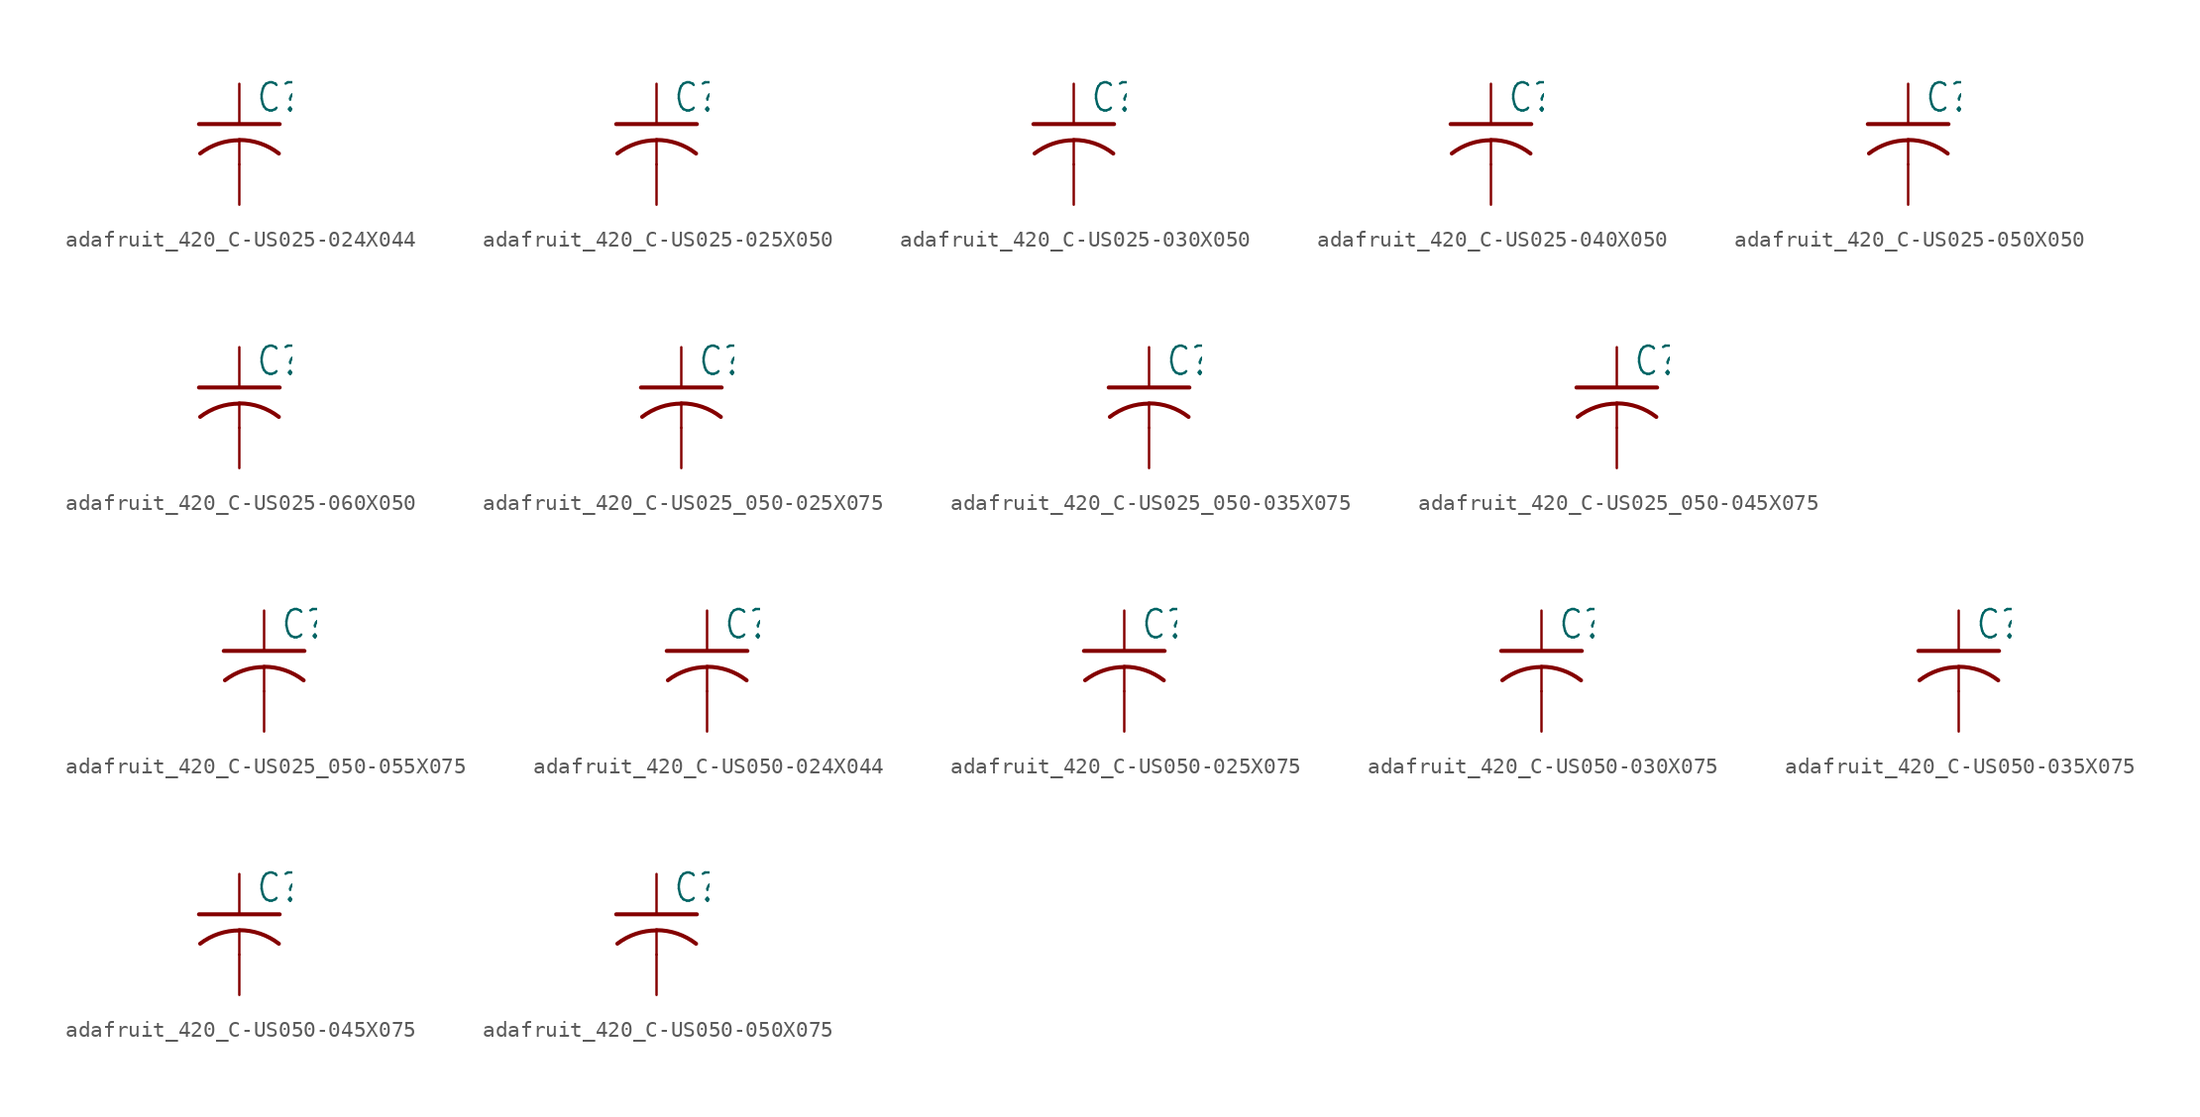
<source format=kicad_sym>
(kicad_symbol_lib
  (version 20241209)
  (generator "kicad_symbol_editor")
  (generator_version "9.0")
  (symbol "adafruit_420_C-US025-024X044"
    (property "Reference" "C"
      (at 1.016 0.635 0)
      (effects (font (size 1.778 1.511)) (justify left bottom)))
    (property "Value" ""
      (at 1.016 -4.191 0)
      (effects (font (size 1.778 1.511)) (justify left bottom)))
    (property "ki_locked" ""
      (at 0 0 0)
      (effects (font (size 1.27 1.27))))
    (symbol "adafruit_420_C-US025-024X044_1_0"
      (polyline (pts (xy -2.54 0) (xy 2.54 0)) (stroke (width 0.254) (type solid)) (fill (type none)))
      (polyline (pts (xy 0 -1.016) (xy 0 -2.54)) (stroke (width 0.152) (type solid)) (fill (type none)))
      (arc (start 0 -1) (mid 1.3158 -1.2195) (end 2.4892 -1.8541) (stroke (width 0.254) (type solid)) (fill (type none)))
      (arc (start -2.4668 -1.8504) (mid -1.302 -1.2303) (end 0 -1.0161) (stroke (width 0.254) (type solid)) (fill (type none)))
      (pin passive line (at 0 2.54 270) (length 2.54) (name "1" (effects (font (size 0 0)))) (number "1" (effects (font (size 0 0)))))
      (pin passive line (at 0 -5.08 90) (length 2.54) (name "2" (effects (font (size 0 0)))) (number "2" (effects (font (size 0 0)))))))
  (symbol "adafruit_420_C-US025-025X050"
    (property "Reference" "C"
      (at 1.016 0.635 0)
      (effects (font (size 1.778 1.511)) (justify left bottom)))
    (property "Value" ""
      (at 1.016 -4.191 0)
      (effects (font (size 1.778 1.511)) (justify left bottom)))
    (property "ki_locked" ""
      (at 0 0 0)
      (effects (font (size 1.27 1.27))))
    (symbol "adafruit_420_C-US025-025X050_1_0"
      (polyline (pts (xy -2.54 0) (xy 2.54 0)) (stroke (width 0.254) (type solid)) (fill (type none)))
      (polyline (pts (xy 0 -1.016) (xy 0 -2.54)) (stroke (width 0.152) (type solid)) (fill (type none)))
      (arc (start 0 -1) (mid 1.3158 -1.2195) (end 2.4892 -1.8541) (stroke (width 0.254) (type solid)) (fill (type none)))
      (arc (start -2.4668 -1.8504) (mid -1.302 -1.2303) (end 0 -1.0161) (stroke (width 0.254) (type solid)) (fill (type none)))
      (pin passive line (at 0 2.54 270) (length 2.54) (name "1" (effects (font (size 0 0)))) (number "1" (effects (font (size 0 0)))))
      (pin passive line (at 0 -5.08 90) (length 2.54) (name "2" (effects (font (size 0 0)))) (number "2" (effects (font (size 0 0)))))))
  (symbol "adafruit_420_C-US025-030X050"
    (property "Reference" "C"
      (at 1.016 0.635 0)
      (effects (font (size 1.778 1.511)) (justify left bottom)))
    (property "Value" ""
      (at 1.016 -4.191 0)
      (effects (font (size 1.778 1.511)) (justify left bottom)))
    (property "ki_locked" ""
      (at 0 0 0)
      (effects (font (size 1.27 1.27))))
    (symbol "adafruit_420_C-US025-030X050_1_0"
      (polyline (pts (xy -2.54 0) (xy 2.54 0)) (stroke (width 0.254) (type solid)) (fill (type none)))
      (polyline (pts (xy 0 -1.016) (xy 0 -2.54)) (stroke (width 0.152) (type solid)) (fill (type none)))
      (arc (start 0 -1) (mid 1.3158 -1.2195) (end 2.4892 -1.8541) (stroke (width 0.254) (type solid)) (fill (type none)))
      (arc (start -2.4668 -1.8504) (mid -1.302 -1.2303) (end 0 -1.0161) (stroke (width 0.254) (type solid)) (fill (type none)))
      (pin passive line (at 0 2.54 270) (length 2.54) (name "1" (effects (font (size 0 0)))) (number "1" (effects (font (size 0 0)))))
      (pin passive line (at 0 -5.08 90) (length 2.54) (name "2" (effects (font (size 0 0)))) (number "2" (effects (font (size 0 0)))))))
  (symbol "adafruit_420_C-US025-040X050"
    (property "Reference" "C"
      (at 1.016 0.635 0)
      (effects (font (size 1.778 1.511)) (justify left bottom)))
    (property "Value" ""
      (at 1.016 -4.191 0)
      (effects (font (size 1.778 1.511)) (justify left bottom)))
    (property "ki_locked" ""
      (at 0 0 0)
      (effects (font (size 1.27 1.27))))
    (symbol "adafruit_420_C-US025-040X050_1_0"
      (polyline (pts (xy -2.54 0) (xy 2.54 0)) (stroke (width 0.254) (type solid)) (fill (type none)))
      (polyline (pts (xy 0 -1.016) (xy 0 -2.54)) (stroke (width 0.152) (type solid)) (fill (type none)))
      (arc (start 0 -1) (mid 1.3158 -1.2195) (end 2.4892 -1.8541) (stroke (width 0.254) (type solid)) (fill (type none)))
      (arc (start -2.4668 -1.8504) (mid -1.302 -1.2303) (end 0 -1.0161) (stroke (width 0.254) (type solid)) (fill (type none)))
      (pin passive line (at 0 2.54 270) (length 2.54) (name "1" (effects (font (size 0 0)))) (number "1" (effects (font (size 0 0)))))
      (pin passive line (at 0 -5.08 90) (length 2.54) (name "2" (effects (font (size 0 0)))) (number "2" (effects (font (size 0 0)))))))
  (symbol "adafruit_420_C-US025-050X050"
    (property "Reference" "C"
      (at 1.016 0.635 0)
      (effects (font (size 1.778 1.511)) (justify left bottom)))
    (property "Value" ""
      (at 1.016 -4.191 0)
      (effects (font (size 1.778 1.511)) (justify left bottom)))
    (property "ki_locked" ""
      (at 0 0 0)
      (effects (font (size 1.27 1.27))))
    (symbol "adafruit_420_C-US025-050X050_1_0"
      (polyline (pts (xy -2.54 0) (xy 2.54 0)) (stroke (width 0.254) (type solid)) (fill (type none)))
      (polyline (pts (xy 0 -1.016) (xy 0 -2.54)) (stroke (width 0.152) (type solid)) (fill (type none)))
      (arc (start 0 -1) (mid 1.3158 -1.2195) (end 2.4892 -1.8541) (stroke (width 0.254) (type solid)) (fill (type none)))
      (arc (start -2.4668 -1.8504) (mid -1.302 -1.2303) (end 0 -1.0161) (stroke (width 0.254) (type solid)) (fill (type none)))
      (pin passive line (at 0 2.54 270) (length 2.54) (name "1" (effects (font (size 0 0)))) (number "1" (effects (font (size 0 0)))))
      (pin passive line (at 0 -5.08 90) (length 2.54) (name "2" (effects (font (size 0 0)))) (number "2" (effects (font (size 0 0)))))))
  (symbol "adafruit_420_C-US025-060X050"
    (property "Reference" "C"
      (at 1.016 0.635 0)
      (effects (font (size 1.778 1.511)) (justify left bottom)))
    (property "Value" ""
      (at 1.016 -4.191 0)
      (effects (font (size 1.778 1.511)) (justify left bottom)))
    (property "ki_locked" ""
      (at 0 0 0)
      (effects (font (size 1.27 1.27))))
    (symbol "adafruit_420_C-US025-060X050_1_0"
      (polyline (pts (xy -2.54 0) (xy 2.54 0)) (stroke (width 0.254) (type solid)) (fill (type none)))
      (polyline (pts (xy 0 -1.016) (xy 0 -2.54)) (stroke (width 0.152) (type solid)) (fill (type none)))
      (arc (start 0 -1) (mid 1.3158 -1.2195) (end 2.4892 -1.8541) (stroke (width 0.254) (type solid)) (fill (type none)))
      (arc (start -2.4668 -1.8504) (mid -1.302 -1.2303) (end 0 -1.0161) (stroke (width 0.254) (type solid)) (fill (type none)))
      (pin passive line (at 0 2.54 270) (length 2.54) (name "1" (effects (font (size 0 0)))) (number "1" (effects (font (size 0 0)))))
      (pin passive line (at 0 -5.08 90) (length 2.54) (name "2" (effects (font (size 0 0)))) (number "2" (effects (font (size 0 0)))))))
  (symbol "adafruit_420_C-US025_050-025X075"
    (property "Reference" "C"
      (at 1.016 0.635 0)
      (effects (font (size 1.778 1.511)) (justify left bottom)))
    (property "Value" ""
      (at 1.016 -4.191 0)
      (effects (font (size 1.778 1.511)) (justify left bottom)))
    (property "ki_locked" ""
      (at 0 0 0)
      (effects (font (size 1.27 1.27))))
    (symbol "adafruit_420_C-US025_050-025X075_1_0"
      (polyline (pts (xy -2.54 0) (xy 2.54 0)) (stroke (width 0.254) (type solid)) (fill (type none)))
      (polyline (pts (xy 0 -1.016) (xy 0 -2.54)) (stroke (width 0.152) (type solid)) (fill (type none)))
      (arc (start 0 -1) (mid 1.3158 -1.2195) (end 2.4892 -1.8541) (stroke (width 0.254) (type solid)) (fill (type none)))
      (arc (start -2.4668 -1.8504) (mid -1.302 -1.2303) (end 0 -1.0161) (stroke (width 0.254) (type solid)) (fill (type none)))
      (pin passive line (at 0 2.54 270) (length 2.54) (name "1" (effects (font (size 0 0)))) (number "1" (effects (font (size 0 0)))))
      (pin passive line (at 0 -5.08 90) (length 2.54) (name "2" (effects (font (size 0 0)))) (number "2" (effects (font (size 0 0)))))))
  (symbol "adafruit_420_C-US025_050-035X075"
    (property "Reference" "C"
      (at 1.016 0.635 0)
      (effects (font (size 1.778 1.511)) (justify left bottom)))
    (property "Value" ""
      (at 1.016 -4.191 0)
      (effects (font (size 1.778 1.511)) (justify left bottom)))
    (property "ki_locked" ""
      (at 0 0 0)
      (effects (font (size 1.27 1.27))))
    (symbol "adafruit_420_C-US025_050-035X075_1_0"
      (polyline (pts (xy -2.54 0) (xy 2.54 0)) (stroke (width 0.254) (type solid)) (fill (type none)))
      (polyline (pts (xy 0 -1.016) (xy 0 -2.54)) (stroke (width 0.152) (type solid)) (fill (type none)))
      (arc (start 0 -1) (mid 1.3158 -1.2195) (end 2.4892 -1.8541) (stroke (width 0.254) (type solid)) (fill (type none)))
      (arc (start -2.4668 -1.8504) (mid -1.302 -1.2303) (end 0 -1.0161) (stroke (width 0.254) (type solid)) (fill (type none)))
      (pin passive line (at 0 2.54 270) (length 2.54) (name "1" (effects (font (size 0 0)))) (number "1" (effects (font (size 0 0)))))
      (pin passive line (at 0 -5.08 90) (length 2.54) (name "2" (effects (font (size 0 0)))) (number "2" (effects (font (size 0 0)))))))
  (symbol "adafruit_420_C-US025_050-045X075"
    (property "Reference" "C"
      (at 1.016 0.635 0)
      (effects (font (size 1.778 1.511)) (justify left bottom)))
    (property "Value" ""
      (at 1.016 -4.191 0)
      (effects (font (size 1.778 1.511)) (justify left bottom)))
    (property "ki_locked" ""
      (at 0 0 0)
      (effects (font (size 1.27 1.27))))
    (symbol "adafruit_420_C-US025_050-045X075_1_0"
      (polyline (pts (xy -2.54 0) (xy 2.54 0)) (stroke (width 0.254) (type solid)) (fill (type none)))
      (polyline (pts (xy 0 -1.016) (xy 0 -2.54)) (stroke (width 0.152) (type solid)) (fill (type none)))
      (arc (start 0 -1) (mid 1.3158 -1.2195) (end 2.4892 -1.8541) (stroke (width 0.254) (type solid)) (fill (type none)))
      (arc (start -2.4668 -1.8504) (mid -1.302 -1.2303) (end 0 -1.0161) (stroke (width 0.254) (type solid)) (fill (type none)))
      (pin passive line (at 0 2.54 270) (length 2.54) (name "1" (effects (font (size 0 0)))) (number "1" (effects (font (size 0 0)))))
      (pin passive line (at 0 -5.08 90) (length 2.54) (name "2" (effects (font (size 0 0)))) (number "2" (effects (font (size 0 0)))))))
  (symbol "adafruit_420_C-US025_050-055X075"
    (property "Reference" "C"
      (at 1.016 0.635 0)
      (effects (font (size 1.778 1.511)) (justify left bottom)))
    (property "Value" ""
      (at 1.016 -4.191 0)
      (effects (font (size 1.778 1.511)) (justify left bottom)))
    (property "ki_locked" ""
      (at 0 0 0)
      (effects (font (size 1.27 1.27))))
    (symbol "adafruit_420_C-US025_050-055X075_1_0"
      (polyline (pts (xy -2.54 0) (xy 2.54 0)) (stroke (width 0.254) (type solid)) (fill (type none)))
      (polyline (pts (xy 0 -1.016) (xy 0 -2.54)) (stroke (width 0.152) (type solid)) (fill (type none)))
      (arc (start 0 -1) (mid 1.3158 -1.2195) (end 2.4892 -1.8541) (stroke (width 0.254) (type solid)) (fill (type none)))
      (arc (start -2.4668 -1.8504) (mid -1.302 -1.2303) (end 0 -1.0161) (stroke (width 0.254) (type solid)) (fill (type none)))
      (pin passive line (at 0 2.54 270) (length 2.54) (name "1" (effects (font (size 0 0)))) (number "1" (effects (font (size 0 0)))))
      (pin passive line (at 0 -5.08 90) (length 2.54) (name "2" (effects (font (size 0 0)))) (number "2" (effects (font (size 0 0)))))))
  (symbol "adafruit_420_C-US050-024X044"
    (property "Reference" "C"
      (at 1.016 0.635 0)
      (effects (font (size 1.778 1.511)) (justify left bottom)))
    (property "Value" ""
      (at 1.016 -4.191 0)
      (effects (font (size 1.778 1.511)) (justify left bottom)))
    (property "ki_locked" ""
      (at 0 0 0)
      (effects (font (size 1.27 1.27))))
    (symbol "adafruit_420_C-US050-024X044_1_0"
      (polyline (pts (xy -2.54 0) (xy 2.54 0)) (stroke (width 0.254) (type solid)) (fill (type none)))
      (polyline (pts (xy 0 -1.016) (xy 0 -2.54)) (stroke (width 0.152) (type solid)) (fill (type none)))
      (arc (start 0 -1) (mid 1.3158 -1.2195) (end 2.4892 -1.8541) (stroke (width 0.254) (type solid)) (fill (type none)))
      (arc (start -2.4668 -1.8504) (mid -1.302 -1.2303) (end 0 -1.0161) (stroke (width 0.254) (type solid)) (fill (type none)))
      (pin passive line (at 0 2.54 270) (length 2.54) (name "1" (effects (font (size 0 0)))) (number "1" (effects (font (size 0 0)))))
      (pin passive line (at 0 -5.08 90) (length 2.54) (name "2" (effects (font (size 0 0)))) (number "2" (effects (font (size 0 0)))))))
  (symbol "adafruit_420_C-US050-025X075"
    (property "Reference" "C"
      (at 1.016 0.635 0)
      (effects (font (size 1.778 1.511)) (justify left bottom)))
    (property "Value" ""
      (at 1.016 -4.191 0)
      (effects (font (size 1.778 1.511)) (justify left bottom)))
    (property "ki_locked" ""
      (at 0 0 0)
      (effects (font (size 1.27 1.27))))
    (symbol "adafruit_420_C-US050-025X075_1_0"
      (polyline (pts (xy -2.54 0) (xy 2.54 0)) (stroke (width 0.254) (type solid)) (fill (type none)))
      (polyline (pts (xy 0 -1.016) (xy 0 -2.54)) (stroke (width 0.152) (type solid)) (fill (type none)))
      (arc (start 0 -1) (mid 1.3158 -1.2195) (end 2.4892 -1.8541) (stroke (width 0.254) (type solid)) (fill (type none)))
      (arc (start -2.4668 -1.8504) (mid -1.302 -1.2303) (end 0 -1.0161) (stroke (width 0.254) (type solid)) (fill (type none)))
      (pin passive line (at 0 2.54 270) (length 2.54) (name "1" (effects (font (size 0 0)))) (number "1" (effects (font (size 0 0)))))
      (pin passive line (at 0 -5.08 90) (length 2.54) (name "2" (effects (font (size 0 0)))) (number "2" (effects (font (size 0 0)))))))
  (symbol "adafruit_420_C-US050-030X075"
    (property "Reference" "C"
      (at 1.016 0.635 0)
      (effects (font (size 1.778 1.511)) (justify left bottom)))
    (property "Value" ""
      (at 1.016 -4.191 0)
      (effects (font (size 1.778 1.511)) (justify left bottom)))
    (property "ki_locked" ""
      (at 0 0 0)
      (effects (font (size 1.27 1.27))))
    (symbol "adafruit_420_C-US050-030X075_1_0"
      (polyline (pts (xy -2.54 0) (xy 2.54 0)) (stroke (width 0.254) (type solid)) (fill (type none)))
      (polyline (pts (xy 0 -1.016) (xy 0 -2.54)) (stroke (width 0.152) (type solid)) (fill (type none)))
      (arc (start 0 -1) (mid 1.3158 -1.2195) (end 2.4892 -1.8541) (stroke (width 0.254) (type solid)) (fill (type none)))
      (arc (start -2.4668 -1.8504) (mid -1.302 -1.2303) (end 0 -1.0161) (stroke (width 0.254) (type solid)) (fill (type none)))
      (pin passive line (at 0 2.54 270) (length 2.54) (name "1" (effects (font (size 0 0)))) (number "1" (effects (font (size 0 0)))))
      (pin passive line (at 0 -5.08 90) (length 2.54) (name "2" (effects (font (size 0 0)))) (number "2" (effects (font (size 0 0)))))))
  (symbol "adafruit_420_C-US050-035X075"
    (property "Reference" "C"
      (at 1.016 0.635 0)
      (effects (font (size 1.778 1.511)) (justify left bottom)))
    (property "Value" ""
      (at 1.016 -4.191 0)
      (effects (font (size 1.778 1.511)) (justify left bottom)))
    (property "ki_locked" ""
      (at 0 0 0)
      (effects (font (size 1.27 1.27))))
    (symbol "adafruit_420_C-US050-035X075_1_0"
      (polyline (pts (xy -2.54 0) (xy 2.54 0)) (stroke (width 0.254) (type solid)) (fill (type none)))
      (polyline (pts (xy 0 -1.016) (xy 0 -2.54)) (stroke (width 0.152) (type solid)) (fill (type none)))
      (arc (start 0 -1) (mid 1.3158 -1.2195) (end 2.4892 -1.8541) (stroke (width 0.254) (type solid)) (fill (type none)))
      (arc (start -2.4668 -1.8504) (mid -1.302 -1.2303) (end 0 -1.0161) (stroke (width 0.254) (type solid)) (fill (type none)))
      (pin passive line (at 0 2.54 270) (length 2.54) (name "1" (effects (font (size 0 0)))) (number "1" (effects (font (size 0 0)))))
      (pin passive line (at 0 -5.08 90) (length 2.54) (name "2" (effects (font (size 0 0)))) (number "2" (effects (font (size 0 0)))))))
  (symbol "adafruit_420_C-US050-045X075"
    (property "Reference" "C"
      (at 1.016 0.635 0)
      (effects (font (size 1.778 1.511)) (justify left bottom)))
    (property "Value" ""
      (at 1.016 -4.191 0)
      (effects (font (size 1.778 1.511)) (justify left bottom)))
    (property "ki_locked" ""
      (at 0 0 0)
      (effects (font (size 1.27 1.27))))
    (symbol "adafruit_420_C-US050-045X075_1_0"
      (polyline (pts (xy -2.54 0) (xy 2.54 0)) (stroke (width 0.254) (type solid)) (fill (type none)))
      (polyline (pts (xy 0 -1.016) (xy 0 -2.54)) (stroke (width 0.152) (type solid)) (fill (type none)))
      (arc (start 0 -1) (mid 1.3158 -1.2195) (end 2.4892 -1.8541) (stroke (width 0.254) (type solid)) (fill (type none)))
      (arc (start -2.4668 -1.8504) (mid -1.302 -1.2303) (end 0 -1.0161) (stroke (width 0.254) (type solid)) (fill (type none)))
      (pin passive line (at 0 2.54 270) (length 2.54) (name "1" (effects (font (size 0 0)))) (number "1" (effects (font (size 0 0)))))
      (pin passive line (at 0 -5.08 90) (length 2.54) (name "2" (effects (font (size 0 0)))) (number "2" (effects (font (size 0 0)))))))
  (symbol "adafruit_420_C-US050-050X075"
    (property "Reference" "C"
      (at 1.016 0.635 0)
      (effects (font (size 1.778 1.511)) (justify left bottom)))
    (property "Value" ""
      (at 1.016 -4.191 0)
      (effects (font (size 1.778 1.511)) (justify left bottom)))
    (property "ki_locked" ""
      (at 0 0 0)
      (effects (font (size 1.27 1.27))))
    (symbol "adafruit_420_C-US050-050X075_1_0"
      (polyline (pts (xy -2.54 0) (xy 2.54 0)) (stroke (width 0.254) (type solid)) (fill (type none)))
      (polyline (pts (xy 0 -1.016) (xy 0 -2.54)) (stroke (width 0.152) (type solid)) (fill (type none)))
      (arc (start 0 -1) (mid 1.3158 -1.2195) (end 2.4892 -1.8541) (stroke (width 0.254) (type solid)) (fill (type none)))
      (arc (start -2.4668 -1.8504) (mid -1.302 -1.2303) (end 0 -1.0161) (stroke (width 0.254) (type solid)) (fill (type none)))
      (pin passive line (at 0 2.54 270) (length 2.54) (name "1" (effects (font (size 0 0)))) (number "1" (effects (font (size 0 0)))))
      (pin passive line (at 0 -5.08 90) (length 2.54) (name "2" (effects (font (size 0 0)))) (number "2" (effects (font (size 0 0))))))))
</source>
